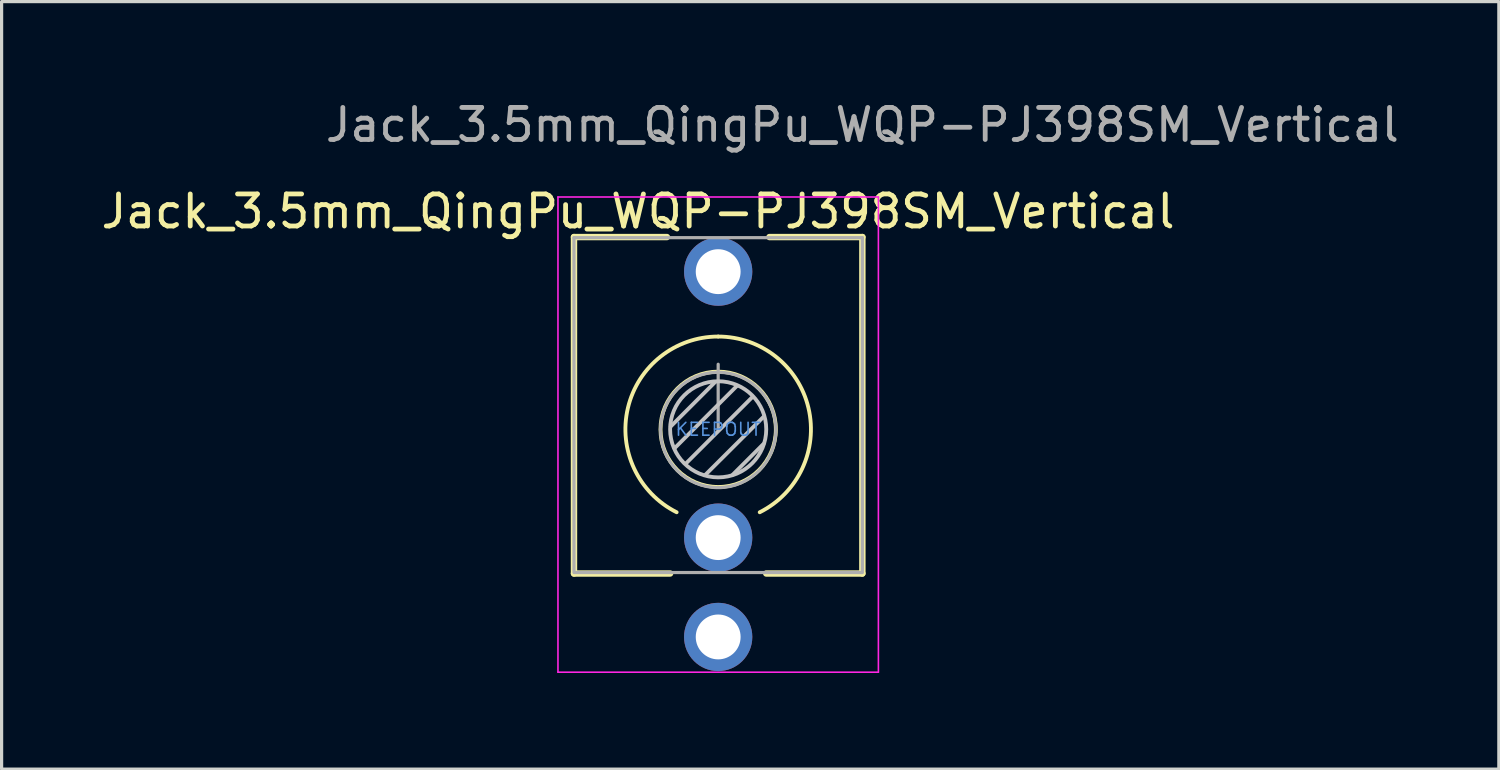
<source format=kicad_pcb>
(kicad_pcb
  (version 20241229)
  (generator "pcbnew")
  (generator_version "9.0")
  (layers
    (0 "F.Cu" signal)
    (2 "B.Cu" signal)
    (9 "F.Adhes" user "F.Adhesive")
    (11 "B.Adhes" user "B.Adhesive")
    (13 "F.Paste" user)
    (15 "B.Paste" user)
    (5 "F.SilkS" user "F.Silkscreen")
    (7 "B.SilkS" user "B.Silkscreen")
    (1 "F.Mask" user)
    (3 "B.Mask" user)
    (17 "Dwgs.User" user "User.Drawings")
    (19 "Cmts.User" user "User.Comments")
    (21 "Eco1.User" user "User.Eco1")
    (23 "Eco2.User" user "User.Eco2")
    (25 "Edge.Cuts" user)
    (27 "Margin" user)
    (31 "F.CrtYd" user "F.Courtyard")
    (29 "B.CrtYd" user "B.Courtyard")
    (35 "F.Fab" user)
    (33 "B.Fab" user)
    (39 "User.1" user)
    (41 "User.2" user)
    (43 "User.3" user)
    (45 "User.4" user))
  (footprint "Jack_3.5mm_QingPu_WQP-PJ398SM_Vertical"
    (layer "F.Cu")
    (at 19.363 10.348)
    (property "Reference" "Jack_3.5mm_QingPu_WQP-PJ398SM_Vertical" (at -2.5 -6.8 0) (layer "F.SilkS") (effects (font (size 1 1) (thickness 0.15))))
    (attr through_hole)
    (fp_line (start -4.5 -6) (end -1.6 -6) (stroke (width 0.2) (type solid)) (layer "F.SilkS"))
    (fp_line (start -4.5 4.5) (end -4.5 -6) (stroke (width 0.2) (type solid)) (layer "F.SilkS"))
    (fp_line (start -4.5 4.5) (end -1.5 4.5) (stroke (width 0.2) (type solid)) (layer "F.SilkS"))
    (fp_line (start 1.5 4.5) (end 4.5 4.5) (stroke (width 0.2) (type solid)) (layer "F.SilkS"))
    (fp_line (start 1.6 -6) (end 4.5 -6) (stroke (width 0.2) (type solid)) (layer "F.SilkS"))
    (fp_line (start 4.5 4.5) (end 4.5 -6) (stroke (width 0.2) (type solid)) (layer "F.SilkS"))
    (fp_arc (start -1.296263 2.588577) (mid -2.817353 -0.665994) (end 0 -2.895) (stroke (width 0.12) (type solid)) (layer "F.SilkS"))
    (fp_arc (start 0 -2.895) (mid 2.817353 -0.665994) (end 1.296263 2.588577) (stroke (width 0.12) (type solid)) (layer "F.SilkS"))
    (fp_circle (center 0 0) (end -1.8 0) (stroke (width 0.12) (type solid)) (fill no) (layer "F.SilkS"))
    (fp_line (start -0.09 -1.48) (end -1.48 -0.09) (stroke (width 0.12) (type solid)) (layer "Dwgs.User"))
    (fp_line (start 0.58 -1.35) (end -1.36 0.59) (stroke (width 0.12) (type solid)) (layer "Dwgs.User"))
    (fp_line (start 1.07 -1.01) (end -1.01 1.07) (stroke (width 0.12) (type solid)) (layer "Dwgs.User"))
    (fp_line (start 1.41 0.46) (end 0.46 1.41) (stroke (width 0.12) (type solid)) (layer "Dwgs.User"))
    (fp_line (start 1.42 -0.395) (end -0.4 1.42) (stroke (width 0.12) (type solid)) (layer "Dwgs.User"))
    (fp_circle (center 0 0) (end -1.5 0) (stroke (width 0.12) (type solid)) (fill no) (layer "Dwgs.User"))
    (fp_line (start -5 -7.25) (end -5 7.58) (stroke (width 0.05) (type solid)) (layer "F.CrtYd"))
    (fp_line (start -5 -7.25) (end 5 -7.25) (stroke (width 0.05) (type solid)) (layer "F.CrtYd"))
    (fp_line (start -5 7.58) (end 5 7.58) (stroke (width 0.05) (type solid)) (layer "F.CrtYd"))
    (fp_line (start 5 -7.25) (end 5 7.58) (stroke (width 0.05) (type solid)) (layer "F.CrtYd"))
    (fp_line (start -4.5 -5.98) (end -4.5 4.42) (stroke (width 0.1) (type solid)) (layer "F.Fab"))
    (fp_line (start -4.5 -5.98) (end 4.5 -5.98) (stroke (width 0.1) (type solid)) (layer "F.Fab"))
    (fp_line (start -4.5 4.47) (end 4.5 4.47) (stroke (width 0.1) (type solid)) (layer "F.Fab"))
    (fp_line (start 0 0) (end 0 -2.03) (stroke (width 0.1) (type solid)) (layer "F.Fab"))
    (fp_line (start 4.5 -5.98) (end 4.5 4.42) (stroke (width 0.1) (type solid)) (layer "F.Fab"))
    (fp_circle (center 0 0.02) (end -1.8 0.02) (stroke (width 0.1) (type solid)) (fill no) (layer "F.Fab"))
    (fp_text user "KEEPOUT" (at 0 0 180) (layer "Cmts.User") (effects (font (size 0.4 0.4) (thickness 0.051))))
    (fp_text user "${REFERENCE}" (at 4.5 -9.5 0) (layer "F.Fab") (effects (font (size 1 1) (thickness 0.15))))
    (pad "S" thru_hole circle (at 0 6.48) (size 2.13 2.13) (drill 1.4) (layers "*.Cu" "*.Mask"))
    (pad "T" thru_hole circle (at 0 -4.92) (size 2.13 2.13) (drill 1.4) (layers "*.Cu" "*.Mask"))
    (pad "TN" thru_hole circle (at 0 3.38) (size 2.13 2.13) (drill 1.4) (layers "*.Cu" "*.Mask")))
  (gr_rect
    (start -3 -3)
    (end 43.726 20.953)
    (stroke (width 0.1) (type default))
    (fill no)
    (layer "Edge.Cuts")))
</source>
